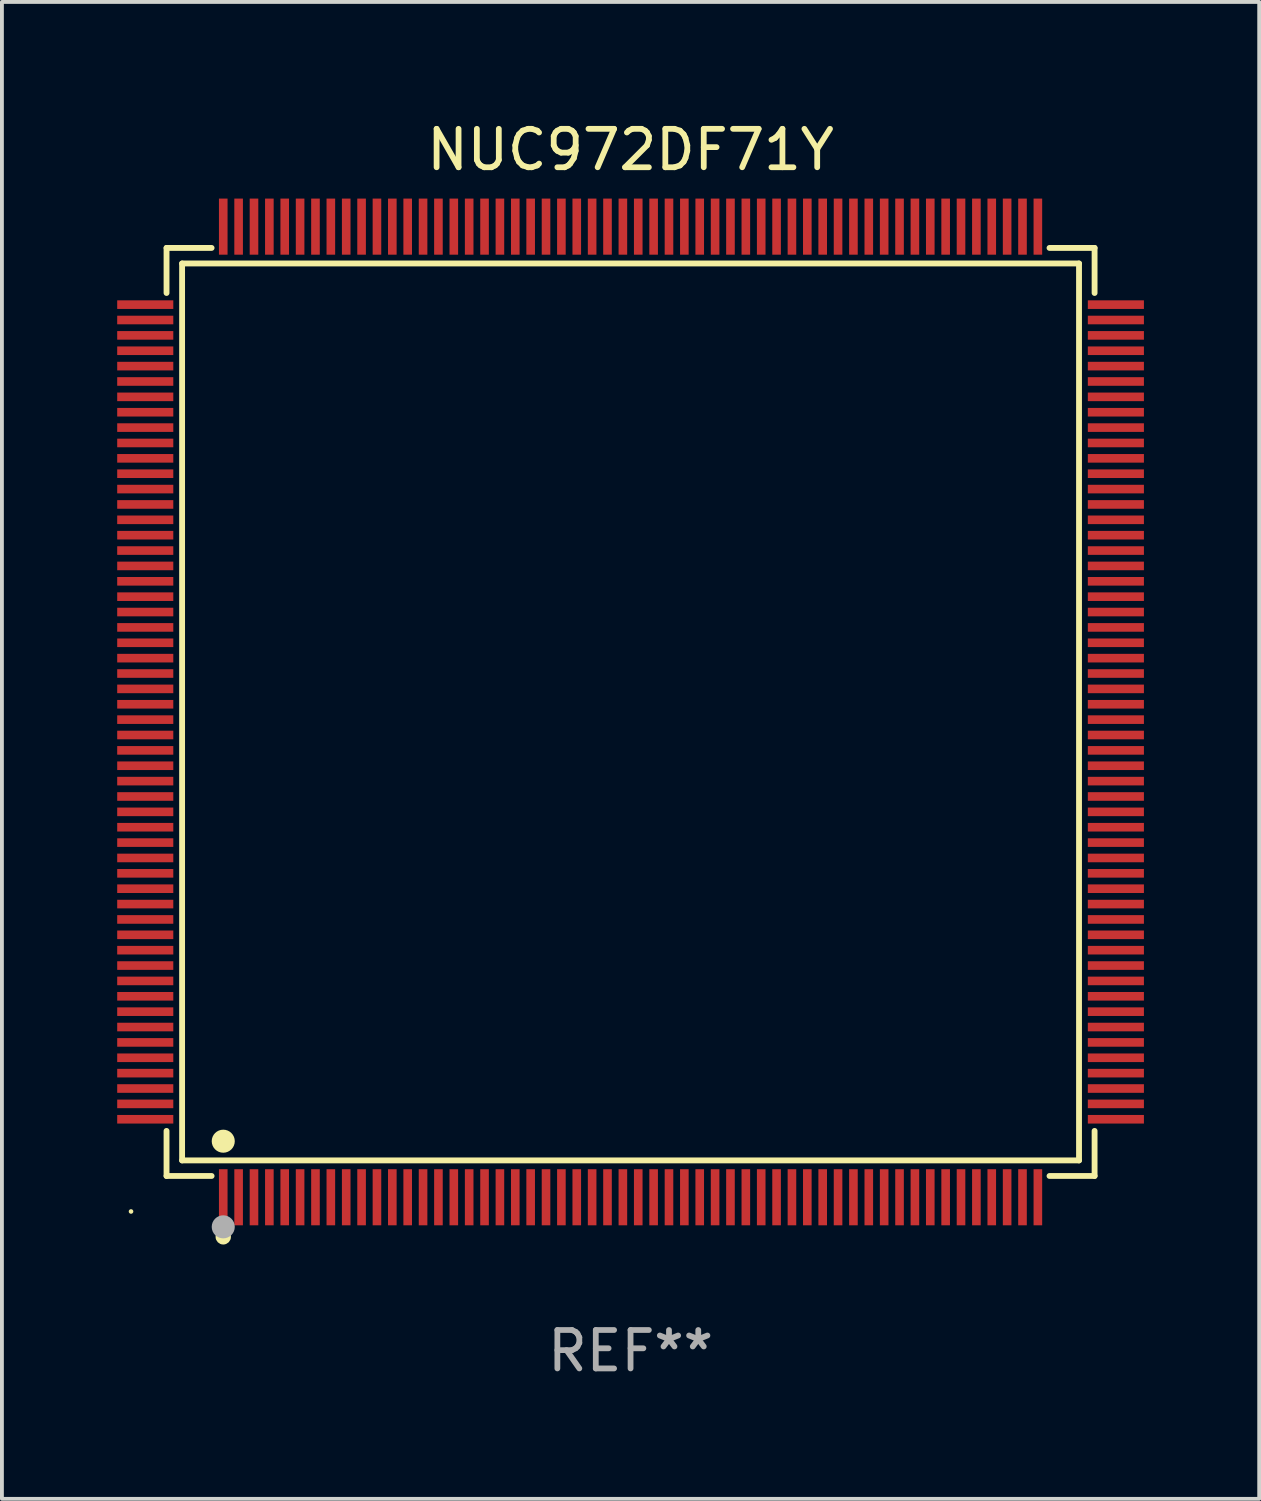
<source format=kicad_pcb>
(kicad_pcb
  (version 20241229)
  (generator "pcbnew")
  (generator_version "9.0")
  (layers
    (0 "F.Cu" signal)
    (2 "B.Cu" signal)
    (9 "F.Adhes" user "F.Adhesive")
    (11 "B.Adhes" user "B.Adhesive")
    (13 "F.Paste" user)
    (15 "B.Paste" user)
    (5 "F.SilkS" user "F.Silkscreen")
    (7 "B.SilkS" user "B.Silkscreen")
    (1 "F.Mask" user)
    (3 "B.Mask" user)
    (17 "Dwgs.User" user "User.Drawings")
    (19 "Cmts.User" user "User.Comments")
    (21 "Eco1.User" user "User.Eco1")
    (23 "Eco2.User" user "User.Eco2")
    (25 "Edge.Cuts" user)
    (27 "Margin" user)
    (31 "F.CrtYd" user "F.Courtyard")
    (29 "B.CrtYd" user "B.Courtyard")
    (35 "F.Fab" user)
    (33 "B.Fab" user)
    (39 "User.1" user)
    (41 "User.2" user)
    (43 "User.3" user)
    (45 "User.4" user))
  (footprint "NUC972DF71Y"
    (layer "F.Cu")
    (at 13.36 15.478)
    (property "Reference" "NUC972DF71Y" (at 0 -14.63 0) (layer "F.SilkS") (effects (font (size 1 1) (thickness 0.15))))
    (attr through_hole)
    (fp_line (start -12.076 -12.076) (end -10.903 -12.076) (stroke (width 0.152) (type solid)) (layer "F.SilkS"))
    (fp_line (start -12.076 -10.903) (end -12.076 -12.076) (stroke (width 0.152) (type solid)) (layer "F.SilkS"))
    (fp_line (start -12.076 10.903) (end -12.076 12.076) (stroke (width 0.152) (type solid)) (layer "F.SilkS"))
    (fp_line (start -12.076 12.076) (end -10.903 12.076) (stroke (width 0.152) (type solid)) (layer "F.SilkS"))
    (fp_line (start -11.671 -11.671) (end 11.671 -11.671) (stroke (width 0.152) (type solid)) (layer "F.SilkS"))
    (fp_line (start -11.671 11.671) (end -11.671 -11.671) (stroke (width 0.152) (type solid)) (layer "F.SilkS"))
    (fp_line (start 11.671 -11.671) (end 11.671 11.671) (stroke (width 0.152) (type solid)) (layer "F.SilkS"))
    (fp_line (start 11.671 11.671) (end -11.671 11.671) (stroke (width 0.152) (type solid)) (layer "F.SilkS"))
    (fp_line (start 12.076 -12.076) (end 10.903 -12.076) (stroke (width 0.152) (type solid)) (layer "F.SilkS"))
    (fp_line (start 12.076 -10.903) (end 12.076 -12.076) (stroke (width 0.152) (type solid)) (layer "F.SilkS"))
    (fp_line (start 12.076 10.903) (end 12.076 12.076) (stroke (width 0.152) (type solid)) (layer "F.SilkS"))
    (fp_line (start 12.076 12.076) (end 10.903 12.076) (stroke (width 0.152) (type solid)) (layer "F.SilkS"))
    (fp_circle (center -13 13) (end -12.97 13) (stroke (width 0.06) (type solid)) (fill no) (layer "F.SilkS"))
    (fp_circle (center -10.6 11.171) (end -10.45 11.171) (stroke (width 0.3) (type solid)) (fill no) (layer "F.SilkS"))
    (fp_circle (center -10.6 13.66) (end -10.5 13.66) (stroke (width 0.2) (type solid)) (fill no) (layer "F.SilkS"))
    (fp_circle (center -10.6 13.4) (end -10.45 13.4) (stroke (width 0.3) (type solid)) (fill no) (layer "F.Fab"))
    (fp_text user "REF**" (at 0 16.63 0) (layer "F.Fab") (effects (font (size 1 1) (thickness 0.15))))
    (pad "1" smd rect (at -10.6 12.63) (size 0.224 1.46) (layers "F.Cu" "F.Mask" "F.Paste"))
    (pad "2" smd rect (at -10.2 12.63) (size 0.224 1.46) (layers "F.Cu" "F.Mask" "F.Paste"))
    (pad "3" smd rect (at -9.8 12.63) (size 0.224 1.46) (layers "F.Cu" "F.Mask" "F.Paste"))
    (pad "4" smd rect (at -9.4 12.63) (size 0.224 1.46) (layers "F.Cu" "F.Mask" "F.Paste"))
    (pad "5" smd rect (at -9 12.63) (size 0.224 1.46) (layers "F.Cu" "F.Mask" "F.Paste"))
    (pad "6" smd rect (at -8.6 12.63) (size 0.224 1.46) (layers "F.Cu" "F.Mask" "F.Paste"))
    (pad "7" smd rect (at -8.2 12.63) (size 0.224 1.46) (layers "F.Cu" "F.Mask" "F.Paste"))
    (pad "8" smd rect (at -7.8 12.63) (size 0.224 1.46) (layers "F.Cu" "F.Mask" "F.Paste"))
    (pad "9" smd rect (at -7.4 12.63) (size 0.224 1.46) (layers "F.Cu" "F.Mask" "F.Paste"))
    (pad "10" smd rect (at -7 12.63) (size 0.224 1.46) (layers "F.Cu" "F.Mask" "F.Paste"))
    (pad "11" smd rect (at -6.6 12.63) (size 0.224 1.46) (layers "F.Cu" "F.Mask" "F.Paste"))
    (pad "12" smd rect (at -6.2 12.63) (size 0.224 1.46) (layers "F.Cu" "F.Mask" "F.Paste"))
    (pad "13" smd rect (at -5.8 12.63) (size 0.224 1.46) (layers "F.Cu" "F.Mask" "F.Paste"))
    (pad "14" smd rect (at -5.4 12.63) (size 0.224 1.46) (layers "F.Cu" "F.Mask" "F.Paste"))
    (pad "15" smd rect (at -5 12.63) (size 0.224 1.46) (layers "F.Cu" "F.Mask" "F.Paste"))
    (pad "16" smd rect (at -4.6 12.63) (size 0.224 1.46) (layers "F.Cu" "F.Mask" "F.Paste"))
    (pad "17" smd rect (at -4.2 12.63) (size 0.224 1.46) (layers "F.Cu" "F.Mask" "F.Paste"))
    (pad "18" smd rect (at -3.8 12.63) (size 0.224 1.46) (layers "F.Cu" "F.Mask" "F.Paste"))
    (pad "19" smd rect (at -3.4 12.63) (size 0.224 1.46) (layers "F.Cu" "F.Mask" "F.Paste"))
    (pad "20" smd rect (at -3 12.63) (size 0.224 1.46) (layers "F.Cu" "F.Mask" "F.Paste"))
    (pad "21" smd rect (at -2.6 12.63) (size 0.224 1.46) (layers "F.Cu" "F.Mask" "F.Paste"))
    (pad "22" smd rect (at -2.2 12.63) (size 0.224 1.46) (layers "F.Cu" "F.Mask" "F.Paste"))
    (pad "23" smd rect (at -1.8 12.63) (size 0.224 1.46) (layers "F.Cu" "F.Mask" "F.Paste"))
    (pad "24" smd rect (at -1.4 12.63) (size 0.224 1.46) (layers "F.Cu" "F.Mask" "F.Paste"))
    (pad "25" smd rect (at -1 12.63) (size 0.224 1.46) (layers "F.Cu" "F.Mask" "F.Paste"))
    (pad "26" smd rect (at -0.6 12.63) (size 0.224 1.46) (layers "F.Cu" "F.Mask" "F.Paste"))
    (pad "27" smd rect (at -0.2 12.63) (size 0.224 1.46) (layers "F.Cu" "F.Mask" "F.Paste"))
    (pad "28" smd rect (at 0.2 12.63) (size 0.224 1.46) (layers "F.Cu" "F.Mask" "F.Paste"))
    (pad "29" smd rect (at 0.6 12.63) (size 0.224 1.46) (layers "F.Cu" "F.Mask" "F.Paste"))
    (pad "30" smd rect (at 1 12.63) (size 0.224 1.46) (layers "F.Cu" "F.Mask" "F.Paste"))
    (pad "31" smd rect (at 1.4 12.63) (size 0.224 1.46) (layers "F.Cu" "F.Mask" "F.Paste"))
    (pad "32" smd rect (at 1.8 12.63) (size 0.224 1.46) (layers "F.Cu" "F.Mask" "F.Paste"))
    (pad "33" smd rect (at 2.2 12.63) (size 0.224 1.46) (layers "F.Cu" "F.Mask" "F.Paste"))
    (pad "34" smd rect (at 2.6 12.63) (size 0.224 1.46) (layers "F.Cu" "F.Mask" "F.Paste"))
    (pad "35" smd rect (at 3 12.63) (size 0.224 1.46) (layers "F.Cu" "F.Mask" "F.Paste"))
    (pad "36" smd rect (at 3.4 12.63) (size 0.224 1.46) (layers "F.Cu" "F.Mask" "F.Paste"))
    (pad "37" smd rect (at 3.8 12.63) (size 0.224 1.46) (layers "F.Cu" "F.Mask" "F.Paste"))
    (pad "38" smd rect (at 4.2 12.63) (size 0.224 1.46) (layers "F.Cu" "F.Mask" "F.Paste"))
    (pad "39" smd rect (at 4.6 12.63) (size 0.224 1.46) (layers "F.Cu" "F.Mask" "F.Paste"))
    (pad "40" smd rect (at 5 12.63) (size 0.224 1.46) (layers "F.Cu" "F.Mask" "F.Paste"))
    (pad "41" smd rect (at 5.4 12.63) (size 0.224 1.46) (layers "F.Cu" "F.Mask" "F.Paste"))
    (pad "42" smd rect (at 5.8 12.63) (size 0.224 1.46) (layers "F.Cu" "F.Mask" "F.Paste"))
    (pad "43" smd rect (at 6.2 12.63) (size 0.224 1.46) (layers "F.Cu" "F.Mask" "F.Paste"))
    (pad "44" smd rect (at 6.6 12.63) (size 0.224 1.46) (layers "F.Cu" "F.Mask" "F.Paste"))
    (pad "45" smd rect (at 7 12.63) (size 0.224 1.46) (layers "F.Cu" "F.Mask" "F.Paste"))
    (pad "46" smd rect (at 7.4 12.63) (size 0.224 1.46) (layers "F.Cu" "F.Mask" "F.Paste"))
    (pad "47" smd rect (at 7.8 12.63) (size 0.224 1.46) (layers "F.Cu" "F.Mask" "F.Paste"))
    (pad "48" smd rect (at 8.2 12.63) (size 0.224 1.46) (layers "F.Cu" "F.Mask" "F.Paste"))
    (pad "49" smd rect (at 8.6 12.63) (size 0.224 1.46) (layers "F.Cu" "F.Mask" "F.Paste"))
    (pad "50" smd rect (at 9 12.63) (size 0.224 1.46) (layers "F.Cu" "F.Mask" "F.Paste"))
    (pad "51" smd rect (at 9.4 12.63) (size 0.224 1.46) (layers "F.Cu" "F.Mask" "F.Paste"))
    (pad "52" smd rect (at 9.8 12.63) (size 0.224 1.46) (layers "F.Cu" "F.Mask" "F.Paste"))
    (pad "53" smd rect (at 10.2 12.63) (size 0.224 1.46) (layers "F.Cu" "F.Mask" "F.Paste"))
    (pad "54" smd rect (at 10.6 12.63) (size 0.224 1.46) (layers "F.Cu" "F.Mask" "F.Paste"))
    (pad "55" smd rect (at 12.63 10.6) (size 1.46 0.224) (layers "F.Cu" "F.Mask" "F.Paste"))
    (pad "56" smd rect (at 12.63 10.2) (size 1.46 0.224) (layers "F.Cu" "F.Mask" "F.Paste"))
    (pad "57" smd rect (at 12.63 9.8) (size 1.46 0.224) (layers "F.Cu" "F.Mask" "F.Paste"))
    (pad "58" smd rect (at 12.63 9.4) (size 1.46 0.224) (layers "F.Cu" "F.Mask" "F.Paste"))
    (pad "59" smd rect (at 12.63 9) (size 1.46 0.224) (layers "F.Cu" "F.Mask" "F.Paste"))
    (pad "60" smd rect (at 12.63 8.6) (size 1.46 0.224) (layers "F.Cu" "F.Mask" "F.Paste"))
    (pad "61" smd rect (at 12.63 8.2) (size 1.46 0.224) (layers "F.Cu" "F.Mask" "F.Paste"))
    (pad "62" smd rect (at 12.63 7.8) (size 1.46 0.224) (layers "F.Cu" "F.Mask" "F.Paste"))
    (pad "63" smd rect (at 12.63 7.4) (size 1.46 0.224) (layers "F.Cu" "F.Mask" "F.Paste"))
    (pad "64" smd rect (at 12.63 7) (size 1.46 0.224) (layers "F.Cu" "F.Mask" "F.Paste"))
    (pad "65" smd rect (at 12.63 6.6) (size 1.46 0.224) (layers "F.Cu" "F.Mask" "F.Paste"))
    (pad "66" smd rect (at 12.63 6.2) (size 1.46 0.224) (layers "F.Cu" "F.Mask" "F.Paste"))
    (pad "67" smd rect (at 12.63 5.8) (size 1.46 0.224) (layers "F.Cu" "F.Mask" "F.Paste"))
    (pad "68" smd rect (at 12.63 5.4) (size 1.46 0.224) (layers "F.Cu" "F.Mask" "F.Paste"))
    (pad "69" smd rect (at 12.63 5) (size 1.46 0.224) (layers "F.Cu" "F.Mask" "F.Paste"))
    (pad "70" smd rect (at 12.63 4.6) (size 1.46 0.224) (layers "F.Cu" "F.Mask" "F.Paste"))
    (pad "71" smd rect (at 12.63 4.2) (size 1.46 0.224) (layers "F.Cu" "F.Mask" "F.Paste"))
    (pad "72" smd rect (at 12.63 3.8) (size 1.46 0.224) (layers "F.Cu" "F.Mask" "F.Paste"))
    (pad "73" smd rect (at 12.63 3.4) (size 1.46 0.224) (layers "F.Cu" "F.Mask" "F.Paste"))
    (pad "74" smd rect (at 12.63 3) (size 1.46 0.224) (layers "F.Cu" "F.Mask" "F.Paste"))
    (pad "75" smd rect (at 12.63 2.6) (size 1.46 0.224) (layers "F.Cu" "F.Mask" "F.Paste"))
    (pad "76" smd rect (at 12.63 2.2) (size 1.46 0.224) (layers "F.Cu" "F.Mask" "F.Paste"))
    (pad "77" smd rect (at 12.63 1.8) (size 1.46 0.224) (layers "F.Cu" "F.Mask" "F.Paste"))
    (pad "78" smd rect (at 12.63 1.4) (size 1.46 0.224) (layers "F.Cu" "F.Mask" "F.Paste"))
    (pad "79" smd rect (at 12.63 1) (size 1.46 0.224) (layers "F.Cu" "F.Mask" "F.Paste"))
    (pad "80" smd rect (at 12.63 0.6) (size 1.46 0.224) (layers "F.Cu" "F.Mask" "F.Paste"))
    (pad "81" smd rect (at 12.63 0.2) (size 1.46 0.224) (layers "F.Cu" "F.Mask" "F.Paste"))
    (pad "82" smd rect (at 12.63 -0.2) (size 1.46 0.224) (layers "F.Cu" "F.Mask" "F.Paste"))
    (pad "83" smd rect (at 12.63 -0.6) (size 1.46 0.224) (layers "F.Cu" "F.Mask" "F.Paste"))
    (pad "84" smd rect (at 12.63 -1) (size 1.46 0.224) (layers "F.Cu" "F.Mask" "F.Paste"))
    (pad "85" smd rect (at 12.63 -1.4) (size 1.46 0.224) (layers "F.Cu" "F.Mask" "F.Paste"))
    (pad "86" smd rect (at 12.63 -1.8) (size 1.46 0.224) (layers "F.Cu" "F.Mask" "F.Paste"))
    (pad "87" smd rect (at 12.63 -2.2) (size 1.46 0.224) (layers "F.Cu" "F.Mask" "F.Paste"))
    (pad "88" smd rect (at 12.63 -2.6) (size 1.46 0.224) (layers "F.Cu" "F.Mask" "F.Paste"))
    (pad "89" smd rect (at 12.63 -3) (size 1.46 0.224) (layers "F.Cu" "F.Mask" "F.Paste"))
    (pad "90" smd rect (at 12.63 -3.4) (size 1.46 0.224) (layers "F.Cu" "F.Mask" "F.Paste"))
    (pad "91" smd rect (at 12.63 -3.8) (size 1.46 0.224) (layers "F.Cu" "F.Mask" "F.Paste"))
    (pad "92" smd rect (at 12.63 -4.2) (size 1.46 0.224) (layers "F.Cu" "F.Mask" "F.Paste"))
    (pad "93" smd rect (at 12.63 -4.6) (size 1.46 0.224) (layers "F.Cu" "F.Mask" "F.Paste"))
    (pad "94" smd rect (at 12.63 -5) (size 1.46 0.224) (layers "F.Cu" "F.Mask" "F.Paste"))
    (pad "95" smd rect (at 12.63 -5.4) (size 1.46 0.224) (layers "F.Cu" "F.Mask" "F.Paste"))
    (pad "96" smd rect (at 12.63 -5.8) (size 1.46 0.224) (layers "F.Cu" "F.Mask" "F.Paste"))
    (pad "97" smd rect (at 12.63 -6.2) (size 1.46 0.224) (layers "F.Cu" "F.Mask" "F.Paste"))
    (pad "98" smd rect (at 12.63 -6.6) (size 1.46 0.224) (layers "F.Cu" "F.Mask" "F.Paste"))
    (pad "99" smd rect (at 12.63 -7) (size 1.46 0.224) (layers "F.Cu" "F.Mask" "F.Paste"))
    (pad "100" smd rect (at 12.63 -7.4) (size 1.46 0.224) (layers "F.Cu" "F.Mask" "F.Paste"))
    (pad "101" smd rect (at 12.63 -7.8) (size 1.46 0.224) (layers "F.Cu" "F.Mask" "F.Paste"))
    (pad "102" smd rect (at 12.63 -8.2) (size 1.46 0.224) (layers "F.Cu" "F.Mask" "F.Paste"))
    (pad "103" smd rect (at 12.63 -8.6) (size 1.46 0.224) (layers "F.Cu" "F.Mask" "F.Paste"))
    (pad "104" smd rect (at 12.63 -9) (size 1.46 0.224) (layers "F.Cu" "F.Mask" "F.Paste"))
    (pad "105" smd rect (at 12.63 -9.4) (size 1.46 0.224) (layers "F.Cu" "F.Mask" "F.Paste"))
    (pad "106" smd rect (at 12.63 -9.8) (size 1.46 0.224) (layers "F.Cu" "F.Mask" "F.Paste"))
    (pad "107" smd rect (at 12.63 -10.2) (size 1.46 0.224) (layers "F.Cu" "F.Mask" "F.Paste"))
    (pad "108" smd rect (at 12.63 -10.6) (size 1.46 0.224) (layers "F.Cu" "F.Mask" "F.Paste"))
    (pad "109" smd rect (at 10.6 -12.63) (size 0.224 1.46) (layers "F.Cu" "F.Mask" "F.Paste"))
    (pad "110" smd rect (at 10.2 -12.63) (size 0.224 1.46) (layers "F.Cu" "F.Mask" "F.Paste"))
    (pad "111" smd rect (at 9.8 -12.63) (size 0.224 1.46) (layers "F.Cu" "F.Mask" "F.Paste"))
    (pad "112" smd rect (at 9.4 -12.63) (size 0.224 1.46) (layers "F.Cu" "F.Mask" "F.Paste"))
    (pad "113" smd rect (at 9 -12.63) (size 0.224 1.46) (layers "F.Cu" "F.Mask" "F.Paste"))
    (pad "114" smd rect (at 8.6 -12.63) (size 0.224 1.46) (layers "F.Cu" "F.Mask" "F.Paste"))
    (pad "115" smd rect (at 8.2 -12.63) (size 0.224 1.46) (layers "F.Cu" "F.Mask" "F.Paste"))
    (pad "116" smd rect (at 7.8 -12.63) (size 0.224 1.46) (layers "F.Cu" "F.Mask" "F.Paste"))
    (pad "117" smd rect (at 7.4 -12.63) (size 0.224 1.46) (layers "F.Cu" "F.Mask" "F.Paste"))
    (pad "118" smd rect (at 7 -12.63) (size 0.224 1.46) (layers "F.Cu" "F.Mask" "F.Paste"))
    (pad "119" smd rect (at 6.6 -12.63) (size 0.224 1.46) (layers "F.Cu" "F.Mask" "F.Paste"))
    (pad "120" smd rect (at 6.2 -12.63) (size 0.224 1.46) (layers "F.Cu" "F.Mask" "F.Paste"))
    (pad "121" smd rect (at 5.8 -12.63) (size 0.224 1.46) (layers "F.Cu" "F.Mask" "F.Paste"))
    (pad "122" smd rect (at 5.4 -12.63) (size 0.224 1.46) (layers "F.Cu" "F.Mask" "F.Paste"))
    (pad "123" smd rect (at 5 -12.63) (size 0.224 1.46) (layers "F.Cu" "F.Mask" "F.Paste"))
    (pad "124" smd rect (at 4.6 -12.63) (size 0.224 1.46) (layers "F.Cu" "F.Mask" "F.Paste"))
    (pad "125" smd rect (at 4.2 -12.63) (size 0.224 1.46) (layers "F.Cu" "F.Mask" "F.Paste"))
    (pad "126" smd rect (at 3.8 -12.63) (size 0.224 1.46) (layers "F.Cu" "F.Mask" "F.Paste"))
    (pad "127" smd rect (at 3.4 -12.63) (size 0.224 1.46) (layers "F.Cu" "F.Mask" "F.Paste"))
    (pad "128" smd rect (at 3 -12.63) (size 0.224 1.46) (layers "F.Cu" "F.Mask" "F.Paste"))
    (pad "129" smd rect (at 2.6 -12.63) (size 0.224 1.46) (layers "F.Cu" "F.Mask" "F.Paste"))
    (pad "130" smd rect (at 2.2 -12.63) (size 0.224 1.46) (layers "F.Cu" "F.Mask" "F.Paste"))
    (pad "131" smd rect (at 1.8 -12.63) (size 0.224 1.46) (layers "F.Cu" "F.Mask" "F.Paste"))
    (pad "132" smd rect (at 1.4 -12.63) (size 0.224 1.46) (layers "F.Cu" "F.Mask" "F.Paste"))
    (pad "133" smd rect (at 1 -12.63) (size 0.224 1.46) (layers "F.Cu" "F.Mask" "F.Paste"))
    (pad "134" smd rect (at 0.6 -12.63) (size 0.224 1.46) (layers "F.Cu" "F.Mask" "F.Paste"))
    (pad "135" smd rect (at 0.2 -12.63) (size 0.224 1.46) (layers "F.Cu" "F.Mask" "F.Paste"))
    (pad "136" smd rect (at -0.2 -12.63) (size 0.224 1.46) (layers "F.Cu" "F.Mask" "F.Paste"))
    (pad "137" smd rect (at -0.6 -12.63) (size 0.224 1.46) (layers "F.Cu" "F.Mask" "F.Paste"))
    (pad "138" smd rect (at -1 -12.63) (size 0.224 1.46) (layers "F.Cu" "F.Mask" "F.Paste"))
    (pad "139" smd rect (at -1.4 -12.63) (size 0.224 1.46) (layers "F.Cu" "F.Mask" "F.Paste"))
    (pad "140" smd rect (at -1.8 -12.63) (size 0.224 1.46) (layers "F.Cu" "F.Mask" "F.Paste"))
    (pad "141" smd rect (at -2.2 -12.63) (size 0.224 1.46) (layers "F.Cu" "F.Mask" "F.Paste"))
    (pad "142" smd rect (at -2.6 -12.63) (size 0.224 1.46) (layers "F.Cu" "F.Mask" "F.Paste"))
    (pad "143" smd rect (at -3 -12.63) (size 0.224 1.46) (layers "F.Cu" "F.Mask" "F.Paste"))
    (pad "144" smd rect (at -3.4 -12.63) (size 0.224 1.46) (layers "F.Cu" "F.Mask" "F.Paste"))
    (pad "145" smd rect (at -3.8 -12.63) (size 0.224 1.46) (layers "F.Cu" "F.Mask" "F.Paste"))
    (pad "146" smd rect (at -4.2 -12.63) (size 0.224 1.46) (layers "F.Cu" "F.Mask" "F.Paste"))
    (pad "147" smd rect (at -4.6 -12.63) (size 0.224 1.46) (layers "F.Cu" "F.Mask" "F.Paste"))
    (pad "148" smd rect (at -5 -12.63) (size 0.224 1.46) (layers "F.Cu" "F.Mask" "F.Paste"))
    (pad "149" smd rect (at -5.4 -12.63) (size 0.224 1.46) (layers "F.Cu" "F.Mask" "F.Paste"))
    (pad "150" smd rect (at -5.8 -12.63) (size 0.224 1.46) (layers "F.Cu" "F.Mask" "F.Paste"))
    (pad "151" smd rect (at -6.2 -12.63) (size 0.224 1.46) (layers "F.Cu" "F.Mask" "F.Paste"))
    (pad "152" smd rect (at -6.6 -12.63) (size 0.224 1.46) (layers "F.Cu" "F.Mask" "F.Paste"))
    (pad "153" smd rect (at -7 -12.63) (size 0.224 1.46) (layers "F.Cu" "F.Mask" "F.Paste"))
    (pad "154" smd rect (at -7.4 -12.63) (size 0.224 1.46) (layers "F.Cu" "F.Mask" "F.Paste"))
    (pad "155" smd rect (at -7.8 -12.63) (size 0.224 1.46) (layers "F.Cu" "F.Mask" "F.Paste"))
    (pad "156" smd rect (at -8.2 -12.63) (size 0.224 1.46) (layers "F.Cu" "F.Mask" "F.Paste"))
    (pad "157" smd rect (at -8.6 -12.63) (size 0.224 1.46) (layers "F.Cu" "F.Mask" "F.Paste"))
    (pad "158" smd rect (at -9 -12.63) (size 0.224 1.46) (layers "F.Cu" "F.Mask" "F.Paste"))
    (pad "159" smd rect (at -9.4 -12.63) (size 0.224 1.46) (layers "F.Cu" "F.Mask" "F.Paste"))
    (pad "160" smd rect (at -9.8 -12.63) (size 0.224 1.46) (layers "F.Cu" "F.Mask" "F.Paste"))
    (pad "161" smd rect (at -10.2 -12.63) (size 0.224 1.46) (layers "F.Cu" "F.Mask" "F.Paste"))
    (pad "162" smd rect (at -10.6 -12.63) (size 0.224 1.46) (layers "F.Cu" "F.Mask" "F.Paste"))
    (pad "163" smd rect (at -12.63 -10.6) (size 1.46 0.224) (layers "F.Cu" "F.Mask" "F.Paste"))
    (pad "164" smd rect (at -12.63 -10.2) (size 1.46 0.224) (layers "F.Cu" "F.Mask" "F.Paste"))
    (pad "165" smd rect (at -12.63 -9.8) (size 1.46 0.224) (layers "F.Cu" "F.Mask" "F.Paste"))
    (pad "166" smd rect (at -12.63 -9.4) (size 1.46 0.224) (layers "F.Cu" "F.Mask" "F.Paste"))
    (pad "167" smd rect (at -12.63 -9) (size 1.46 0.224) (layers "F.Cu" "F.Mask" "F.Paste"))
    (pad "168" smd rect (at -12.63 -8.6) (size 1.46 0.224) (layers "F.Cu" "F.Mask" "F.Paste"))
    (pad "169" smd rect (at -12.63 -8.2) (size 1.46 0.224) (layers "F.Cu" "F.Mask" "F.Paste"))
    (pad "170" smd rect (at -12.63 -7.8) (size 1.46 0.224) (layers "F.Cu" "F.Mask" "F.Paste"))
    (pad "171" smd rect (at -12.63 -7.4) (size 1.46 0.224) (layers "F.Cu" "F.Mask" "F.Paste"))
    (pad "172" smd rect (at -12.63 -7) (size 1.46 0.224) (layers "F.Cu" "F.Mask" "F.Paste"))
    (pad "173" smd rect (at -12.63 -6.6) (size 1.46 0.224) (layers "F.Cu" "F.Mask" "F.Paste"))
    (pad "174" smd rect (at -12.63 -6.2) (size 1.46 0.224) (layers "F.Cu" "F.Mask" "F.Paste"))
    (pad "175" smd rect (at -12.63 -5.8) (size 1.46 0.224) (layers "F.Cu" "F.Mask" "F.Paste"))
    (pad "176" smd rect (at -12.63 -5.4) (size 1.46 0.224) (layers "F.Cu" "F.Mask" "F.Paste"))
    (pad "177" smd rect (at -12.63 -5) (size 1.46 0.224) (layers "F.Cu" "F.Mask" "F.Paste"))
    (pad "178" smd rect (at -12.63 -4.6) (size 1.46 0.224) (layers "F.Cu" "F.Mask" "F.Paste"))
    (pad "179" smd rect (at -12.63 -4.2) (size 1.46 0.224) (layers "F.Cu" "F.Mask" "F.Paste"))
    (pad "180" smd rect (at -12.63 -3.8) (size 1.46 0.224) (layers "F.Cu" "F.Mask" "F.Paste"))
    (pad "181" smd rect (at -12.63 -3.4) (size 1.46 0.224) (layers "F.Cu" "F.Mask" "F.Paste"))
    (pad "182" smd rect (at -12.63 -3) (size 1.46 0.224) (layers "F.Cu" "F.Mask" "F.Paste"))
    (pad "183" smd rect (at -12.63 -2.6) (size 1.46 0.224) (layers "F.Cu" "F.Mask" "F.Paste"))
    (pad "184" smd rect (at -12.63 -2.2) (size 1.46 0.224) (layers "F.Cu" "F.Mask" "F.Paste"))
    (pad "185" smd rect (at -12.63 -1.8) (size 1.46 0.224) (layers "F.Cu" "F.Mask" "F.Paste"))
    (pad "186" smd rect (at -12.63 -1.4) (size 1.46 0.224) (layers "F.Cu" "F.Mask" "F.Paste"))
    (pad "187" smd rect (at -12.63 -1) (size 1.46 0.224) (layers "F.Cu" "F.Mask" "F.Paste"))
    (pad "188" smd rect (at -12.63 -0.6) (size 1.46 0.224) (layers "F.Cu" "F.Mask" "F.Paste"))
    (pad "189" smd rect (at -12.63 -0.2) (size 1.46 0.224) (layers "F.Cu" "F.Mask" "F.Paste"))
    (pad "190" smd rect (at -12.63 0.2) (size 1.46 0.224) (layers "F.Cu" "F.Mask" "F.Paste"))
    (pad "191" smd rect (at -12.63 0.6) (size 1.46 0.224) (layers "F.Cu" "F.Mask" "F.Paste"))
    (pad "192" smd rect (at -12.63 1) (size 1.46 0.224) (layers "F.Cu" "F.Mask" "F.Paste"))
    (pad "193" smd rect (at -12.63 1.4) (size 1.46 0.224) (layers "F.Cu" "F.Mask" "F.Paste"))
    (pad "194" smd rect (at -12.63 1.8) (size 1.46 0.224) (layers "F.Cu" "F.Mask" "F.Paste"))
    (pad "195" smd rect (at -12.63 2.2) (size 1.46 0.224) (layers "F.Cu" "F.Mask" "F.Paste"))
    (pad "196" smd rect (at -12.63 2.6) (size 1.46 0.224) (layers "F.Cu" "F.Mask" "F.Paste"))
    (pad "197" smd rect (at -12.63 3) (size 1.46 0.224) (layers "F.Cu" "F.Mask" "F.Paste"))
    (pad "198" smd rect (at -12.63 3.4) (size 1.46 0.224) (layers "F.Cu" "F.Mask" "F.Paste"))
    (pad "199" smd rect (at -12.63 3.8) (size 1.46 0.224) (layers "F.Cu" "F.Mask" "F.Paste"))
    (pad "200" smd rect (at -12.63 4.2) (size 1.46 0.224) (layers "F.Cu" "F.Mask" "F.Paste"))
    (pad "201" smd rect (at -12.63 4.6) (size 1.46 0.224) (layers "F.Cu" "F.Mask" "F.Paste"))
    (pad "202" smd rect (at -12.63 5) (size 1.46 0.224) (layers "F.Cu" "F.Mask" "F.Paste"))
    (pad "203" smd rect (at -12.63 5.4) (size 1.46 0.224) (layers "F.Cu" "F.Mask" "F.Paste"))
    (pad "204" smd rect (at -12.63 5.8) (size 1.46 0.224) (layers "F.Cu" "F.Mask" "F.Paste"))
    (pad "205" smd rect (at -12.63 6.2) (size 1.46 0.224) (layers "F.Cu" "F.Mask" "F.Paste"))
    (pad "206" smd rect (at -12.63 6.6) (size 1.46 0.224) (layers "F.Cu" "F.Mask" "F.Paste"))
    (pad "207" smd rect (at -12.63 7) (size 1.46 0.224) (layers "F.Cu" "F.Mask" "F.Paste"))
    (pad "208" smd rect (at -12.63 7.4) (size 1.46 0.224) (layers "F.Cu" "F.Mask" "F.Paste"))
    (pad "209" smd rect (at -12.63 7.8) (size 1.46 0.224) (layers "F.Cu" "F.Mask" "F.Paste"))
    (pad "210" smd rect (at -12.63 8.2) (size 1.46 0.224) (layers "F.Cu" "F.Mask" "F.Paste"))
    (pad "211" smd rect (at -12.63 8.6) (size 1.46 0.224) (layers "F.Cu" "F.Mask" "F.Paste"))
    (pad "212" smd rect (at -12.63 9) (size 1.46 0.224) (layers "F.Cu" "F.Mask" "F.Paste"))
    (pad "213" smd rect (at -12.63 9.4) (size 1.46 0.224) (layers "F.Cu" "F.Mask" "F.Paste"))
    (pad "214" smd rect (at -12.63 9.8) (size 1.46 0.224) (layers "F.Cu" "F.Mask" "F.Paste"))
    (pad "215" smd rect (at -12.63 10.2) (size 1.46 0.224) (layers "F.Cu" "F.Mask" "F.Paste"))
    (pad "216" smd rect (at -12.63 10.6) (size 1.46 0.224) (layers "F.Cu" "F.Mask" "F.Paste")))
  (gr_rect
    (start -3 -3)
    (end 29.72 35.956)
    (stroke (width 0.1) (type default))
    (fill no)
    (layer "Edge.Cuts")))
</source>
